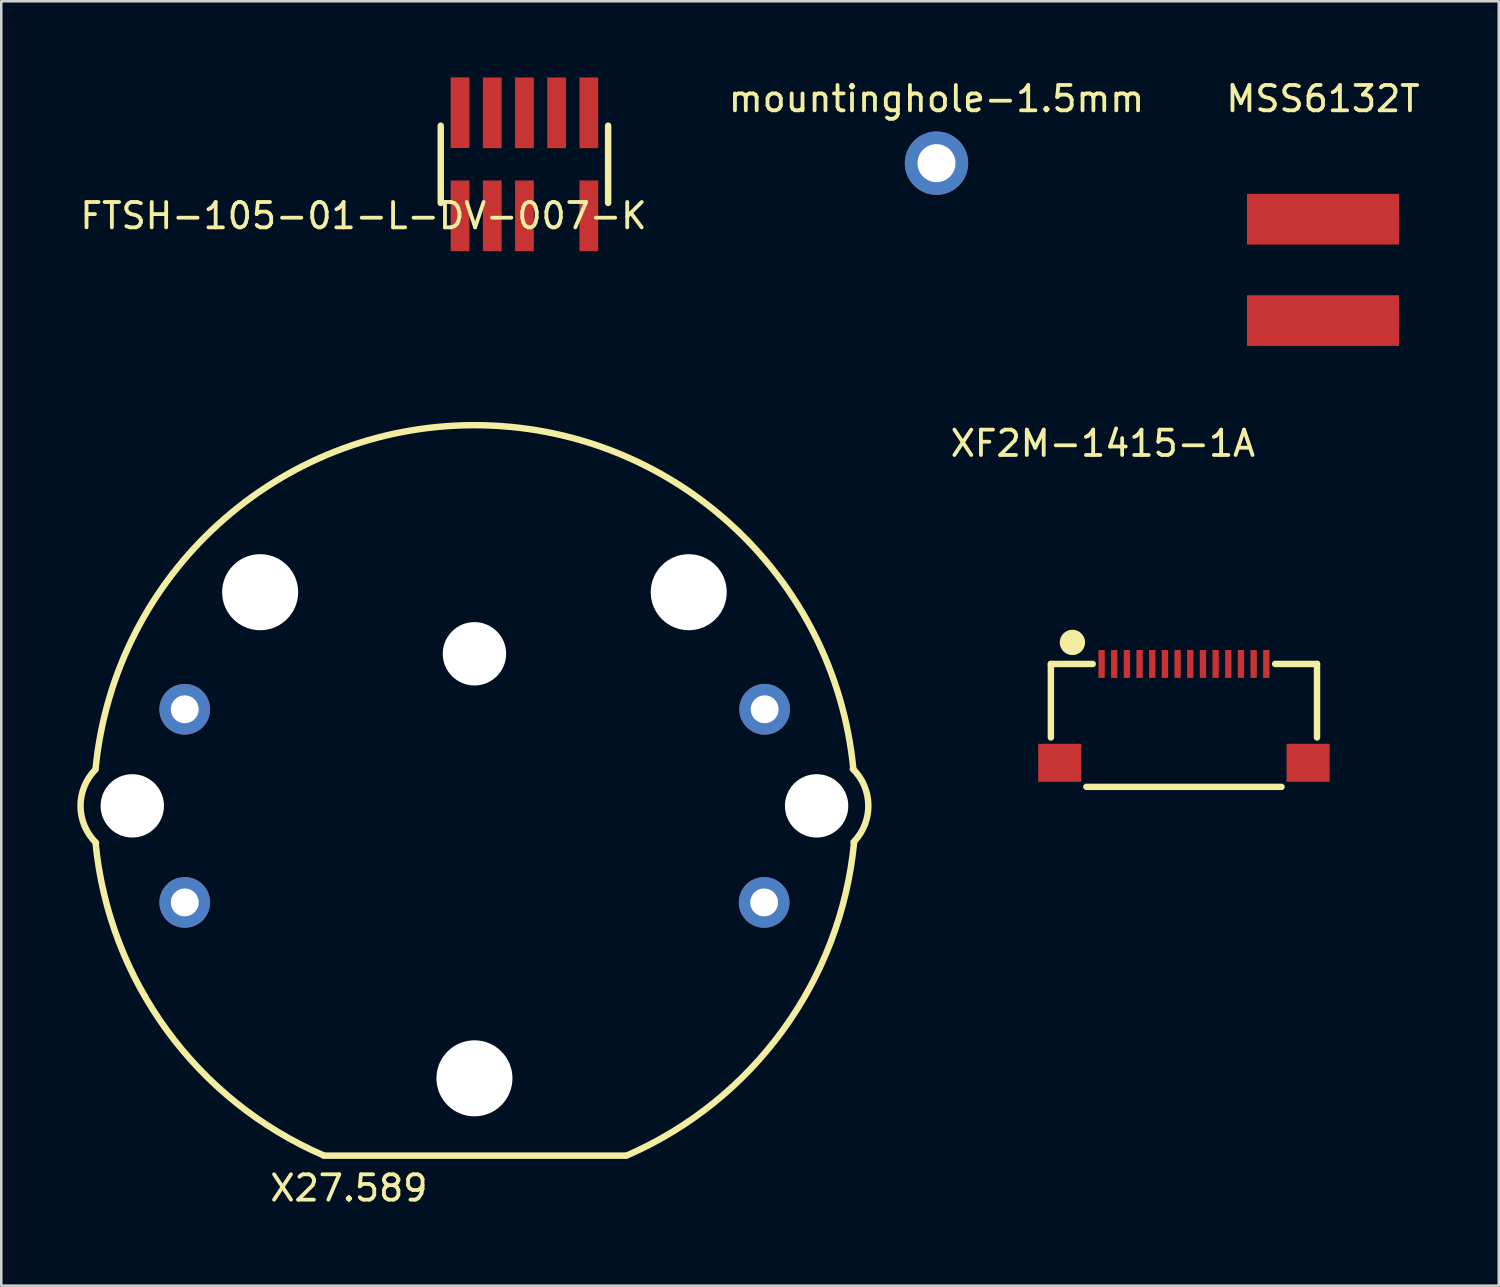
<source format=kicad_pcb>
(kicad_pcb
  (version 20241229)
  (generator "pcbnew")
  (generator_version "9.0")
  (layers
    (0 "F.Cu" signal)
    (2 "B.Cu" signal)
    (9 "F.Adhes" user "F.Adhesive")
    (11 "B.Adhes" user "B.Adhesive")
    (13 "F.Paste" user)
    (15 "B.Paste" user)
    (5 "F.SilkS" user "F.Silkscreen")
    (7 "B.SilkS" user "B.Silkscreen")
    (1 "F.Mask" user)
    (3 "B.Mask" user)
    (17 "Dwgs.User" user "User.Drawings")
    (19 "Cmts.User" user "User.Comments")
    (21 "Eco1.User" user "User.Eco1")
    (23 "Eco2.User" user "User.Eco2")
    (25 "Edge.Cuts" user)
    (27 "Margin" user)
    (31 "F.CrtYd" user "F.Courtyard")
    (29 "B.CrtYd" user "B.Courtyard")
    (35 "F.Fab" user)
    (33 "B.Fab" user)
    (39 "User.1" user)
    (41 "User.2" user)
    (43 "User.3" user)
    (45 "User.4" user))
  (footprint "X27.589"
    (layer "F.Cu")
    (at 15.669 22.745)
    (property "Reference" "X27.589" (at -4.953 21.082 0) (layer "F.SilkS") (effects (font (size 1 1) (thickness 0.15))))
    (attr through_hole)
    (fp_line (start -5.95 19.8) (end 5.95 19.8) (stroke (width 0.254) (type solid)) (layer "F.SilkS"))
    (fp_arc (start -14.950462 4.554788) (mid -0.002405 -9.020151) (end 14.949999 4.550001) (stroke (width 0.254) (type solid)) (layer "F.SilkS"))
    (fp_arc (start -14.927999 7.458999) (mid -15.541416 6.02192) (end -14.958999 4.572001) (stroke (width 0.254) (type solid)) (layer "F.SilkS"))
    (fp_arc (start -5.95577 19.7889) (mid -12.137747 14.847601) (end -14.949999 7.449999) (stroke (width 0.254) (type solid)) (layer "F.SilkS"))
    (fp_arc (start 14.927999 4.541001) (mid 15.541416 5.97808) (end 14.958999 7.427999) (stroke (width 0.254) (type solid)) (layer "F.SilkS"))
    (fp_arc (start 14.978104 7.447884) (mid 12.172259 14.847377) (end 5.999999 19.799999) (stroke (width 0.254) (type solid)) (layer "F.SilkS"))
    (pad "" np_thru_hole circle (at -13.5 6) (size 2.5 2.5) (drill 2.5) (layers "*.Cu" "*.Mask"))
    (pad "" np_thru_hole circle (at -8.455 -2.43) (size 3 3) (drill 3) (layers "*.Cu" "*.Mask"))
    (pad "" np_thru_hole circle (at 0 0) (size 2.5 2.5) (drill 2.5) (layers "*.Cu" "*.Mask"))
    (pad "" np_thru_hole circle (at 0 16.75) (size 3 3) (drill 3) (layers "*.Cu" "*.Mask"))
    (pad "" np_thru_hole circle (at 8.455 -2.43) (size 3 3) (drill 3) (layers "*.Cu" "*.Mask"))
    (pad "" np_thru_hole circle (at 13.5 6) (size 2.5 2.5) (drill 2.5) (layers "*.Cu" "*.Mask"))
    (pad "1" thru_hole circle (at 11.45 2.19) (size 2 2) (drill 1.1) (layers "*.Cu" "*.Mask"))
    (pad "2" thru_hole circle (at 11.43 9.81) (size 2 2) (drill 1.1) (layers "*.Cu" "*.Mask"))
    (pad "3" thru_hole circle (at -11.43 9.81) (size 2 2) (drill 1.1) (layers "*.Cu" "*.Mask"))
    (pad "4" thru_hole circle (at -11.43 2.19) (size 2 2) (drill 1.1) (layers "*.Cu" "*.Mask")))
  (footprint "MSS6132T"
    (layer "F.Cu")
    (at 49.149 5.598)
    (property "Reference" "MSS6132T" (at 0 -4.75 0) (layer "F.SilkS") (effects (font (size 1 1) (thickness 0.15))))
    (attr through_hole)
    (pad "1" smd rect (at 0 0) (size 6 2) (layers "F.Cu" "F.Mask" "F.Paste"))
    (pad "2" smd rect (at 0 4) (size 6 2) (layers "F.Cu" "F.Mask" "F.Paste")))
  (footprint "mountinghole-1.5mm"
    (layer "F.Cu")
    (at 33.899 3.388)
    (property "Reference" "mountinghole-1.5mm" (at 0 -2.54 0) (layer "F.SilkS") (effects (font (size 1 1) (thickness 0.15))))
    (attr through_hole)
    (pad "1" thru_hole circle (at 0 0) (size 2.5 2.5) (drill 1.5) (layers "*.Cu" "F.Mask")))
  (footprint "XF2M-1415-1A"
    (layer "F.Cu")
    (at 43.662 23.146)
    (property "Reference" "XF2M-1415-1A" (at -3.2 -8.7 0) (layer "F.SilkS") (effects (font (size 1 1) (thickness 0.15))))
    (attr through_hole)
    (fp_line (start -5.25 0) (end -5.25 2.9) (stroke (width 0.254) (type solid)) (layer "F.SilkS"))
    (fp_line (start -3.85 4.85) (end 3.85 4.85) (stroke (width 0.254) (type solid)) (layer "F.SilkS"))
    (fp_line (start -3.6 0) (end -5.25 0) (stroke (width 0.254) (type solid)) (layer "F.SilkS"))
    (fp_line (start 5.25 0) (end 3.6 0) (stroke (width 0.254) (type solid)) (layer "F.SilkS"))
    (fp_line (start 5.25 0) (end 5.25 2.9) (stroke (width 0.254) (type solid)) (layer "F.SilkS"))
    (pad "" smd rect (at -4.9 3.9) (size 1.7 1.5) (layers "F.Cu" "F.Mask" "F.Paste"))
    (pad "" smd circle (at -4.4 -0.85) (size 1 1) (layers "F.SilkS"))
    (pad "" smd rect (at 4.9 3.9) (size 1.7 1.5) (layers "F.Cu" "F.Mask" "F.Paste"))
    (pad "1" smd rect (at -3.25 0) (size 0.25 1.1) (layers "F.Cu" "F.Mask" "F.Paste"))
    (pad "2" smd rect (at -2.75 0) (size 0.25 1.1) (layers "F.Cu" "F.Mask" "F.Paste"))
    (pad "3" smd rect (at -2.25 0) (size 0.25 1.1) (layers "F.Cu" "F.Mask" "F.Paste"))
    (pad "4" smd rect (at -1.75 0) (size 0.25 1.1) (layers "F.Cu" "F.Mask" "F.Paste"))
    (pad "5" smd rect (at -1.25 0) (size 0.25 1.1) (layers "F.Cu" "F.Mask" "F.Paste"))
    (pad "6" smd rect (at -0.75 0) (size 0.25 1.1) (layers "F.Cu" "F.Mask" "F.Paste"))
    (pad "7" smd rect (at -0.25 0) (size 0.25 1.1) (layers "F.Cu" "F.Mask" "F.Paste"))
    (pad "8" smd rect (at 0.25 0) (size 0.25 1.1) (layers "F.Cu" "F.Mask" "F.Paste"))
    (pad "9" smd rect (at 0.75 0) (size 0.25 1.1) (layers "F.Cu" "F.Mask" "F.Paste"))
    (pad "10" smd rect (at 1.25 0) (size 0.25 1.1) (layers "F.Cu" "F.Mask" "F.Paste"))
    (pad "11" smd rect (at 1.75 0) (size 0.25 1.1) (layers "F.Cu" "F.Mask" "F.Paste"))
    (pad "12" smd rect (at 2.25 0) (size 0.25 1.1) (layers "F.Cu" "F.Mask" "F.Paste"))
    (pad "13" smd rect (at 2.75 0) (size 0.25 1.1) (layers "F.Cu" "F.Mask" "F.Paste"))
    (pad "14" smd rect (at 3.25 0) (size 0.25 1.1) (layers "F.Cu" "F.Mask" "F.Paste")))
  (footprint "FTSH-105-01-L-DV-007-K"
    (layer "F.Cu")
    (at 15.102 5.465)
    (property "Reference" "FTSH-105-01-L-DV-007-K" (at -3.81 0 0) (layer "F.SilkS") (effects (font (size 1 1) (thickness 0.15))))
    (attr smd)
    (fp_line (start -0.762 -3.556) (end -0.762 -0.508) (stroke (width 0.254) (type solid)) (layer "F.SilkS"))
    (fp_line (start -0.762 -0.508) (end -0.508 -0.508) (stroke (width 0.01) (type solid)) (layer "F.SilkS"))
    (fp_line (start 5.842 -3.556) (end 5.842 -0.508) (stroke (width 0.254) (type solid)) (layer "F.SilkS"))
    (pad "1" smd rect (at 0 0) (size 0.74 2.79) (layers "F.Cu" "F.Mask" "F.Paste"))
    (pad "2" smd rect (at 0 -4.07) (size 0.74 2.79) (layers "F.Cu" "F.Mask" "F.Paste"))
    (pad "3" smd rect (at 1.27 0) (size 0.74 2.79) (layers "F.Cu" "F.Mask" "F.Paste"))
    (pad "4" smd rect (at 1.27 -4.064) (size 0.74 2.79) (layers "F.Cu" "F.Mask" "F.Paste"))
    (pad "5" smd rect (at 2.54 0) (size 0.74 2.79) (layers "F.Cu" "F.Mask" "F.Paste"))
    (pad "6" smd rect (at 2.54 -4.064) (size 0.74 2.79) (layers "F.Cu" "F.Mask" "F.Paste"))
    (pad "8" smd rect (at 3.81 -4.064) (size 0.74 2.79) (layers "F.Cu" "F.Mask" "F.Paste"))
    (pad "9" smd rect (at 5.08 0) (size 0.74 2.79) (layers "F.Cu" "F.Mask" "F.Paste"))
    (pad "10" smd rect (at 5.08 -4.064) (size 0.74 2.79) (layers "F.Cu" "F.Mask" "F.Paste")))
  (gr_rect
    (start -3 -3)
    (end 56.083 47.676)
    (stroke (width 0.1) (type default))
    (fill no)
    (layer "Edge.Cuts")))
</source>
